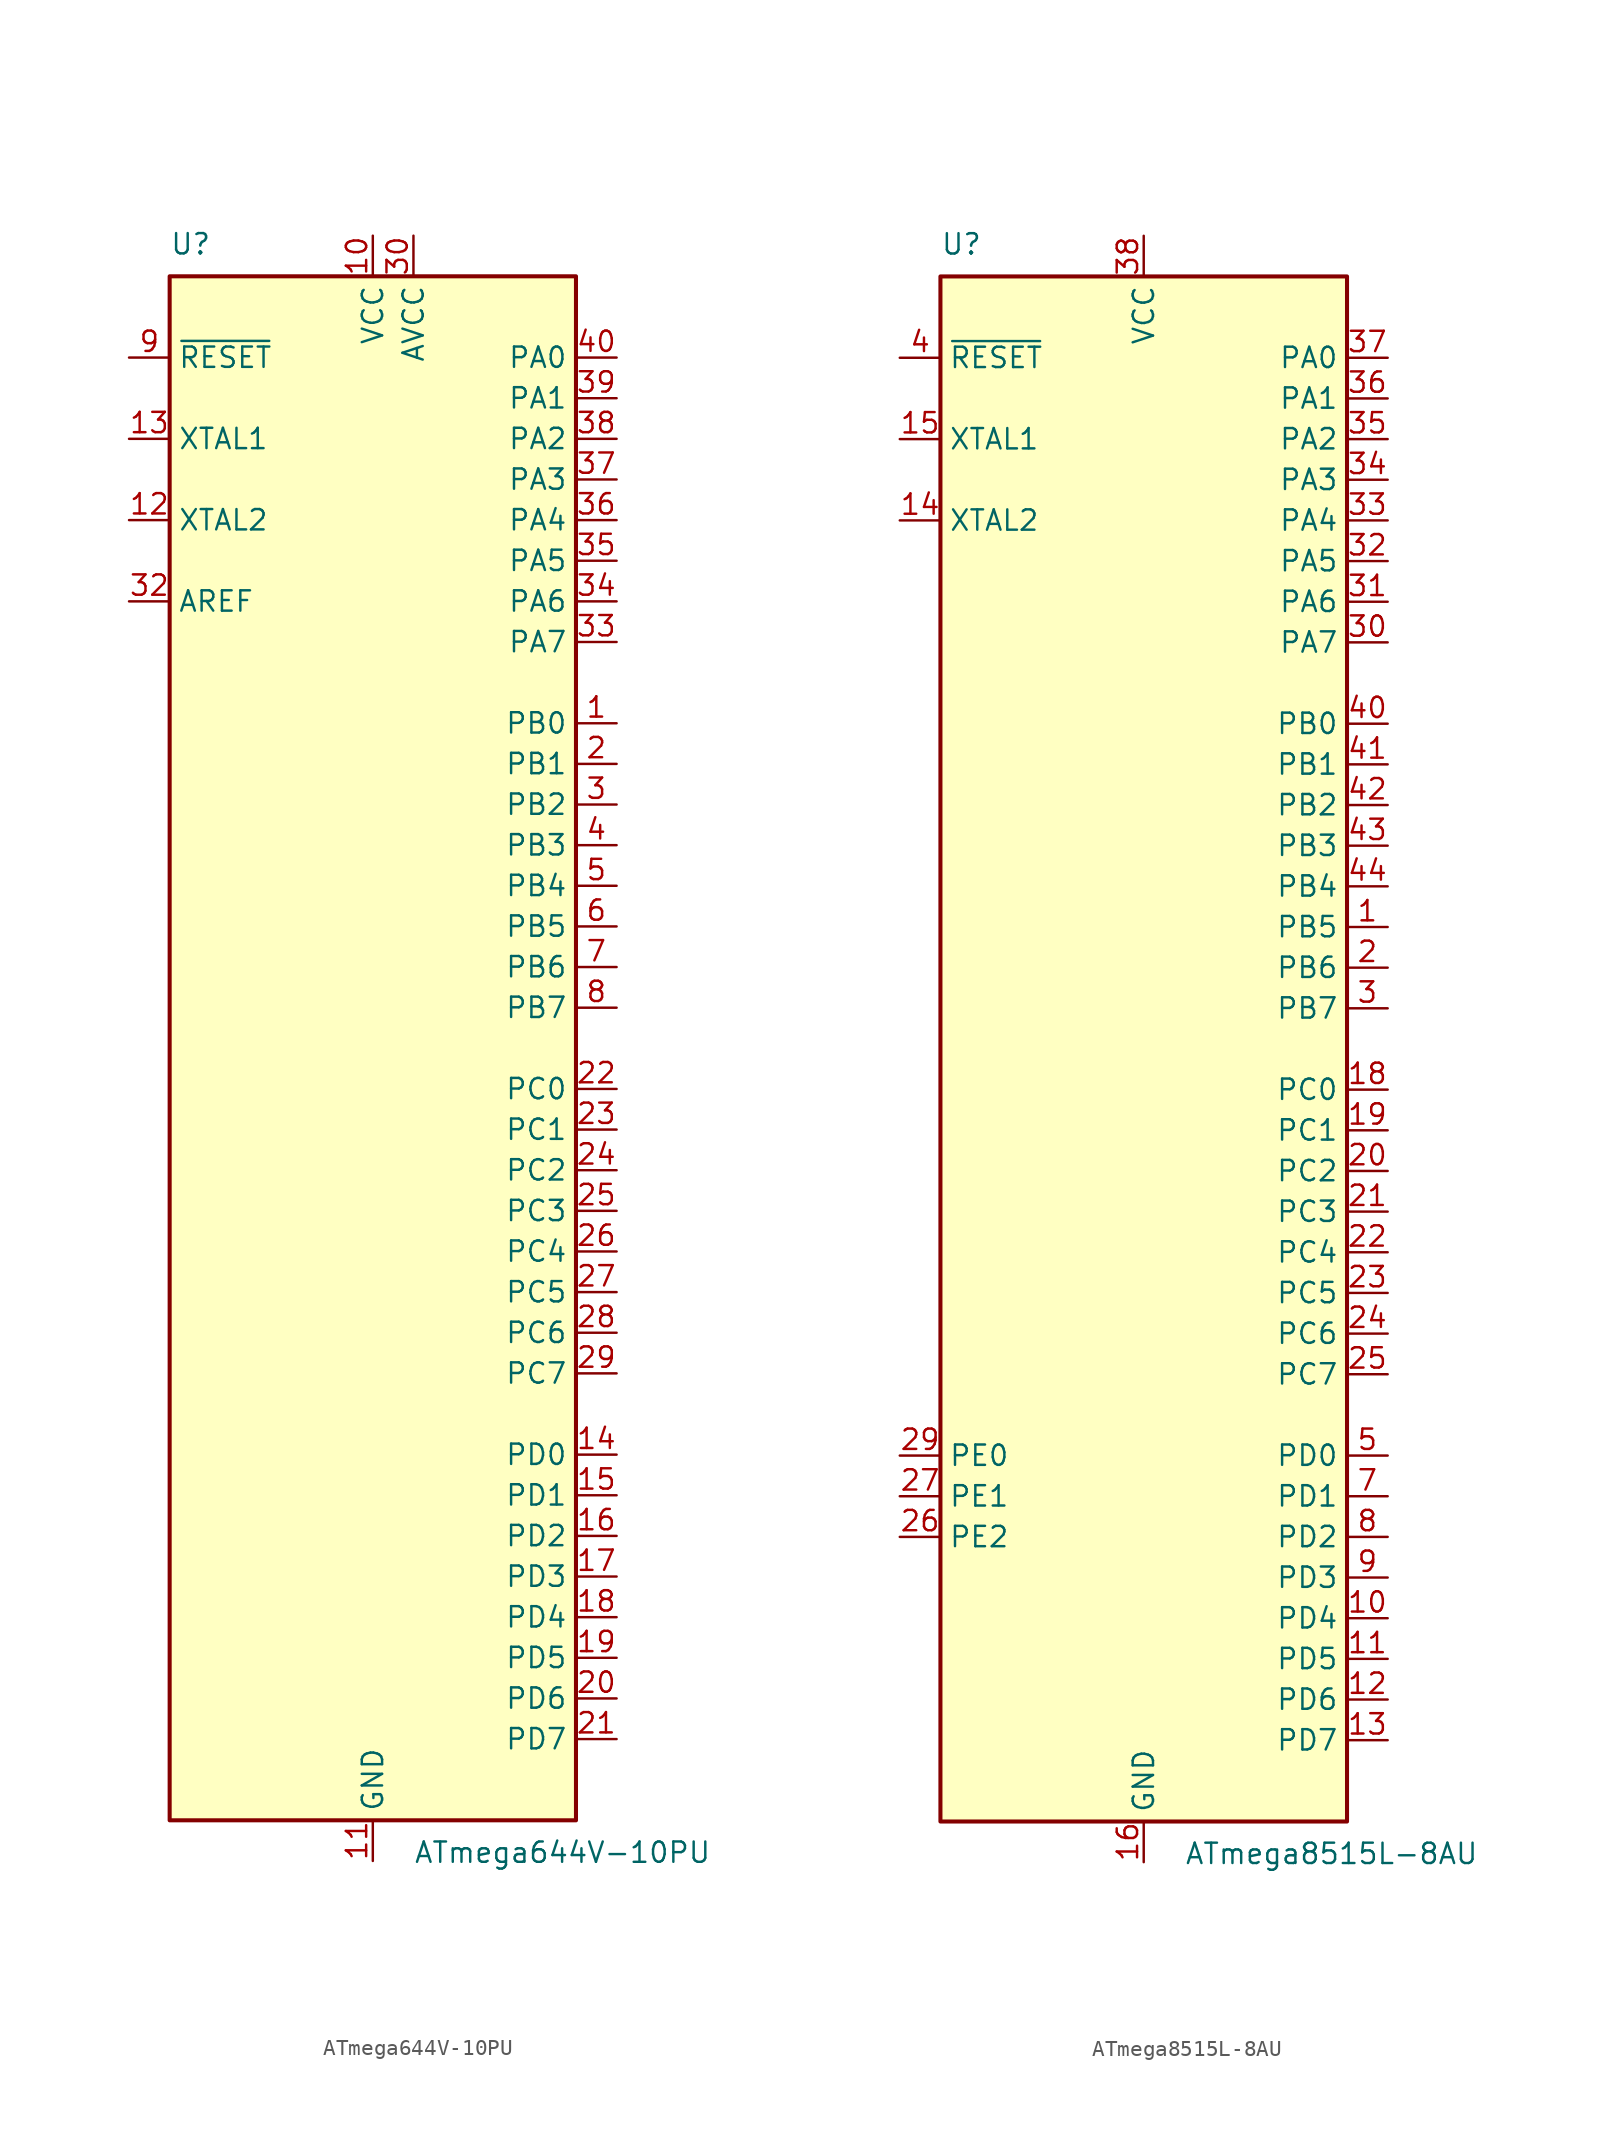
<source format=kicad_sym>
(kicad_symbol_lib
  (version 20211014)
  (generator kicad_symbol_editor)
  (symbol "ATmega644V-10PU"
    (property "Reference" "U"
      (at -12.7 49.53 0)
      (effects (font (size 1.27 1.27)) (justify left bottom)))
    (property "Value" "ATmega644V-10PU"
      (at 2.54 -49.53 0)
      (effects (font (size 1.27 1.27)) (justify left top)))
    (symbol "ATmega644V-10PU_0_1"
      (rectangle (start -12.7 -48.26) (end 12.7 48.26) (stroke (width 0.254) (type default) (color 0 0 0 0)) (fill (type background))))
    (symbol "ATmega644V-10PU_1_1"
      (pin bidirectional line (at 15.24 20.32 180) (length 2.54) (name "PB0" (effects (font (size 1.27 1.27)))) (number "1" (effects (font (size 1.27 1.27)))))
      (pin power_in line (at 0 50.8 270) (length 2.54) (name "VCC" (effects (font (size 1.27 1.27)))) (number "10" (effects (font (size 1.27 1.27)))))
      (pin power_in line (at 0 -50.8 90) (length 2.54) (name "GND" (effects (font (size 1.27 1.27)))) (number "11" (effects (font (size 1.27 1.27)))))
      (pin output line (at -15.24 33.02 0) (length 2.54) (name "XTAL2" (effects (font (size 1.27 1.27)))) (number "12" (effects (font (size 1.27 1.27)))))
      (pin input line (at -15.24 38.1 0) (length 2.54) (name "XTAL1" (effects (font (size 1.27 1.27)))) (number "13" (effects (font (size 1.27 1.27)))))
      (pin bidirectional line (at 15.24 -25.4 180) (length 2.54) (name "PD0" (effects (font (size 1.27 1.27)))) (number "14" (effects (font (size 1.27 1.27)))))
      (pin bidirectional line (at 15.24 -27.94 180) (length 2.54) (name "PD1" (effects (font (size 1.27 1.27)))) (number "15" (effects (font (size 1.27 1.27)))))
      (pin bidirectional line (at 15.24 -30.48 180) (length 2.54) (name "PD2" (effects (font (size 1.27 1.27)))) (number "16" (effects (font (size 1.27 1.27)))))
      (pin bidirectional line (at 15.24 -33.02 180) (length 2.54) (name "PD3" (effects (font (size 1.27 1.27)))) (number "17" (effects (font (size 1.27 1.27)))))
      (pin bidirectional line (at 15.24 -35.56 180) (length 2.54) (name "PD4" (effects (font (size 1.27 1.27)))) (number "18" (effects (font (size 1.27 1.27)))))
      (pin bidirectional line (at 15.24 -38.1 180) (length 2.54) (name "PD5" (effects (font (size 1.27 1.27)))) (number "19" (effects (font (size 1.27 1.27)))))
      (pin bidirectional line (at 15.24 17.78 180) (length 2.54) (name "PB1" (effects (font (size 1.27 1.27)))) (number "2" (effects (font (size 1.27 1.27)))))
      (pin bidirectional line (at 15.24 -40.64 180) (length 2.54) (name "PD6" (effects (font (size 1.27 1.27)))) (number "20" (effects (font (size 1.27 1.27)))))
      (pin bidirectional line (at 15.24 -43.18 180) (length 2.54) (name "PD7" (effects (font (size 1.27 1.27)))) (number "21" (effects (font (size 1.27 1.27)))))
      (pin bidirectional line (at 15.24 -2.54 180) (length 2.54) (name "PC0" (effects (font (size 1.27 1.27)))) (number "22" (effects (font (size 1.27 1.27)))))
      (pin bidirectional line (at 15.24 -5.08 180) (length 2.54) (name "PC1" (effects (font (size 1.27 1.27)))) (number "23" (effects (font (size 1.27 1.27)))))
      (pin bidirectional line (at 15.24 -7.62 180) (length 2.54) (name "PC2" (effects (font (size 1.27 1.27)))) (number "24" (effects (font (size 1.27 1.27)))))
      (pin bidirectional line (at 15.24 -10.16 180) (length 2.54) (name "PC3" (effects (font (size 1.27 1.27)))) (number "25" (effects (font (size 1.27 1.27)))))
      (pin bidirectional line (at 15.24 -12.7 180) (length 2.54) (name "PC4" (effects (font (size 1.27 1.27)))) (number "26" (effects (font (size 1.27 1.27)))))
      (pin bidirectional line (at 15.24 -15.24 180) (length 2.54) (name "PC5" (effects (font (size 1.27 1.27)))) (number "27" (effects (font (size 1.27 1.27)))))
      (pin bidirectional line (at 15.24 -17.78 180) (length 2.54) (name "PC6" (effects (font (size 1.27 1.27)))) (number "28" (effects (font (size 1.27 1.27)))))
      (pin bidirectional line (at 15.24 -20.32 180) (length 2.54) (name "PC7" (effects (font (size 1.27 1.27)))) (number "29" (effects (font (size 1.27 1.27)))))
      (pin bidirectional line (at 15.24 15.24 180) (length 2.54) (name "PB2" (effects (font (size 1.27 1.27)))) (number "3" (effects (font (size 1.27 1.27)))))
      (pin power_in line (at 2.54 50.8 270) (length 2.54) (name "AVCC" (effects (font (size 1.27 1.27)))) (number "30" (effects (font (size 1.27 1.27)))))
      (pin passive line (at 0 -50.8 90) (length 2.54) hide (name "GND" (effects (font (size 1.27 1.27)))) (number "31" (effects (font (size 1.27 1.27)))))
      (pin passive line (at -15.24 27.94 0) (length 2.54) (name "AREF" (effects (font (size 1.27 1.27)))) (number "32" (effects (font (size 1.27 1.27)))))
      (pin bidirectional line (at 15.24 25.4 180) (length 2.54) (name "PA7" (effects (font (size 1.27 1.27)))) (number "33" (effects (font (size 1.27 1.27)))))
      (pin bidirectional line (at 15.24 27.94 180) (length 2.54) (name "PA6" (effects (font (size 1.27 1.27)))) (number "34" (effects (font (size 1.27 1.27)))))
      (pin bidirectional line (at 15.24 30.48 180) (length 2.54) (name "PA5" (effects (font (size 1.27 1.27)))) (number "35" (effects (font (size 1.27 1.27)))))
      (pin bidirectional line (at 15.24 33.02 180) (length 2.54) (name "PA4" (effects (font (size 1.27 1.27)))) (number "36" (effects (font (size 1.27 1.27)))))
      (pin bidirectional line (at 15.24 35.56 180) (length 2.54) (name "PA3" (effects (font (size 1.27 1.27)))) (number "37" (effects (font (size 1.27 1.27)))))
      (pin bidirectional line (at 15.24 38.1 180) (length 2.54) (name "PA2" (effects (font (size 1.27 1.27)))) (number "38" (effects (font (size 1.27 1.27)))))
      (pin bidirectional line (at 15.24 40.64 180) (length 2.54) (name "PA1" (effects (font (size 1.27 1.27)))) (number "39" (effects (font (size 1.27 1.27)))))
      (pin bidirectional line (at 15.24 12.7 180) (length 2.54) (name "PB3" (effects (font (size 1.27 1.27)))) (number "4" (effects (font (size 1.27 1.27)))))
      (pin bidirectional line (at 15.24 43.18 180) (length 2.54) (name "PA0" (effects (font (size 1.27 1.27)))) (number "40" (effects (font (size 1.27 1.27)))))
      (pin bidirectional line (at 15.24 10.16 180) (length 2.54) (name "PB4" (effects (font (size 1.27 1.27)))) (number "5" (effects (font (size 1.27 1.27)))))
      (pin bidirectional line (at 15.24 7.62 180) (length 2.54) (name "PB5" (effects (font (size 1.27 1.27)))) (number "6" (effects (font (size 1.27 1.27)))))
      (pin bidirectional line (at 15.24 5.08 180) (length 2.54) (name "PB6" (effects (font (size 1.27 1.27)))) (number "7" (effects (font (size 1.27 1.27)))))
      (pin bidirectional line (at 15.24 2.54 180) (length 2.54) (name "PB7" (effects (font (size 1.27 1.27)))) (number "8" (effects (font (size 1.27 1.27)))))
      (pin input line (at -15.24 43.18 0) (length 2.54) (name "~{RESET}" (effects (font (size 1.27 1.27)))) (number "9" (effects (font (size 1.27 1.27)))))))
  (symbol "ATmega8515L-8AU"
    (property "Reference" "U"
      (at -12.7 49.53 0)
      (effects (font (size 1.27 1.27)) (justify left bottom)))
    (property "Value" "ATmega8515L-8AU"
      (at 2.54 -49.53 0)
      (effects (font (size 1.27 1.27)) (justify left top)))
    (symbol "ATmega8515L-8AU_0_1"
      (rectangle (start -12.7 -48.26) (end 12.7 48.26) (stroke (width 0.254) (type default) (color 0 0 0 0)) (fill (type background))))
    (symbol "ATmega8515L-8AU_1_1"
      (pin bidirectional line (at 15.24 7.62 180) (length 2.54) (name "PB5" (effects (font (size 1.27 1.27)))) (number "1" (effects (font (size 1.27 1.27)))))
      (pin bidirectional line (at 15.24 -35.56 180) (length 2.54) (name "PD4" (effects (font (size 1.27 1.27)))) (number "10" (effects (font (size 1.27 1.27)))))
      (pin bidirectional line (at 15.24 -38.1 180) (length 2.54) (name "PD5" (effects (font (size 1.27 1.27)))) (number "11" (effects (font (size 1.27 1.27)))))
      (pin bidirectional line (at 15.24 -40.64 180) (length 2.54) (name "PD6" (effects (font (size 1.27 1.27)))) (number "12" (effects (font (size 1.27 1.27)))))
      (pin bidirectional line (at 15.24 -43.18 180) (length 2.54) (name "PD7" (effects (font (size 1.27 1.27)))) (number "13" (effects (font (size 1.27 1.27)))))
      (pin output line (at -15.24 33.02 0) (length 2.54) (name "XTAL2" (effects (font (size 1.27 1.27)))) (number "14" (effects (font (size 1.27 1.27)))))
      (pin input line (at -15.24 38.1 0) (length 2.54) (name "XTAL1" (effects (font (size 1.27 1.27)))) (number "15" (effects (font (size 1.27 1.27)))))
      (pin power_in line (at 0 -50.8 90) (length 2.54) (name "GND" (effects (font (size 1.27 1.27)))) (number "16" (effects (font (size 1.27 1.27)))))
      (pin no_connect line (at -12.7 -40.64 0) (length 2.54) hide (name "NC" (effects (font (size 1.27 1.27)))) (number "17" (effects (font (size 1.27 1.27)))))
      (pin bidirectional line (at 15.24 -2.54 180) (length 2.54) (name "PC0" (effects (font (size 1.27 1.27)))) (number "18" (effects (font (size 1.27 1.27)))))
      (pin bidirectional line (at 15.24 -5.08 180) (length 2.54) (name "PC1" (effects (font (size 1.27 1.27)))) (number "19" (effects (font (size 1.27 1.27)))))
      (pin bidirectional line (at 15.24 5.08 180) (length 2.54) (name "PB6" (effects (font (size 1.27 1.27)))) (number "2" (effects (font (size 1.27 1.27)))))
      (pin bidirectional line (at 15.24 -7.62 180) (length 2.54) (name "PC2" (effects (font (size 1.27 1.27)))) (number "20" (effects (font (size 1.27 1.27)))))
      (pin bidirectional line (at 15.24 -10.16 180) (length 2.54) (name "PC3" (effects (font (size 1.27 1.27)))) (number "21" (effects (font (size 1.27 1.27)))))
      (pin bidirectional line (at 15.24 -12.7 180) (length 2.54) (name "PC4" (effects (font (size 1.27 1.27)))) (number "22" (effects (font (size 1.27 1.27)))))
      (pin bidirectional line (at 15.24 -15.24 180) (length 2.54) (name "PC5" (effects (font (size 1.27 1.27)))) (number "23" (effects (font (size 1.27 1.27)))))
      (pin bidirectional line (at 15.24 -17.78 180) (length 2.54) (name "PC6" (effects (font (size 1.27 1.27)))) (number "24" (effects (font (size 1.27 1.27)))))
      (pin bidirectional line (at 15.24 -20.32 180) (length 2.54) (name "PC7" (effects (font (size 1.27 1.27)))) (number "25" (effects (font (size 1.27 1.27)))))
      (pin bidirectional line (at -15.24 -30.48 0) (length 2.54) (name "PE2" (effects (font (size 1.27 1.27)))) (number "26" (effects (font (size 1.27 1.27)))))
      (pin bidirectional line (at -15.24 -27.94 0) (length 2.54) (name "PE1" (effects (font (size 1.27 1.27)))) (number "27" (effects (font (size 1.27 1.27)))))
      (pin no_connect line (at -12.7 -43.18 0) (length 2.54) hide (name "NC" (effects (font (size 1.27 1.27)))) (number "28" (effects (font (size 1.27 1.27)))))
      (pin bidirectional line (at -15.24 -25.4 0) (length 2.54) (name "PE0" (effects (font (size 1.27 1.27)))) (number "29" (effects (font (size 1.27 1.27)))))
      (pin bidirectional line (at 15.24 2.54 180) (length 2.54) (name "PB7" (effects (font (size 1.27 1.27)))) (number "3" (effects (font (size 1.27 1.27)))))
      (pin bidirectional line (at 15.24 25.4 180) (length 2.54) (name "PA7" (effects (font (size 1.27 1.27)))) (number "30" (effects (font (size 1.27 1.27)))))
      (pin bidirectional line (at 15.24 27.94 180) (length 2.54) (name "PA6" (effects (font (size 1.27 1.27)))) (number "31" (effects (font (size 1.27 1.27)))))
      (pin bidirectional line (at 15.24 30.48 180) (length 2.54) (name "PA5" (effects (font (size 1.27 1.27)))) (number "32" (effects (font (size 1.27 1.27)))))
      (pin bidirectional line (at 15.24 33.02 180) (length 2.54) (name "PA4" (effects (font (size 1.27 1.27)))) (number "33" (effects (font (size 1.27 1.27)))))
      (pin bidirectional line (at 15.24 35.56 180) (length 2.54) (name "PA3" (effects (font (size 1.27 1.27)))) (number "34" (effects (font (size 1.27 1.27)))))
      (pin bidirectional line (at 15.24 38.1 180) (length 2.54) (name "PA2" (effects (font (size 1.27 1.27)))) (number "35" (effects (font (size 1.27 1.27)))))
      (pin bidirectional line (at 15.24 40.64 180) (length 2.54) (name "PA1" (effects (font (size 1.27 1.27)))) (number "36" (effects (font (size 1.27 1.27)))))
      (pin bidirectional line (at 15.24 43.18 180) (length 2.54) (name "PA0" (effects (font (size 1.27 1.27)))) (number "37" (effects (font (size 1.27 1.27)))))
      (pin power_in line (at 0 50.8 270) (length 2.54) (name "VCC" (effects (font (size 1.27 1.27)))) (number "38" (effects (font (size 1.27 1.27)))))
      (pin no_connect line (at -12.7 -45.72 0) (length 2.54) hide (name "NC" (effects (font (size 1.27 1.27)))) (number "39" (effects (font (size 1.27 1.27)))))
      (pin input line (at -15.24 43.18 0) (length 2.54) (name "~{RESET}" (effects (font (size 1.27 1.27)))) (number "4" (effects (font (size 1.27 1.27)))))
      (pin bidirectional line (at 15.24 20.32 180) (length 2.54) (name "PB0" (effects (font (size 1.27 1.27)))) (number "40" (effects (font (size 1.27 1.27)))))
      (pin bidirectional line (at 15.24 17.78 180) (length 2.54) (name "PB1" (effects (font (size 1.27 1.27)))) (number "41" (effects (font (size 1.27 1.27)))))
      (pin bidirectional line (at 15.24 15.24 180) (length 2.54) (name "PB2" (effects (font (size 1.27 1.27)))) (number "42" (effects (font (size 1.27 1.27)))))
      (pin bidirectional line (at 15.24 12.7 180) (length 2.54) (name "PB3" (effects (font (size 1.27 1.27)))) (number "43" (effects (font (size 1.27 1.27)))))
      (pin bidirectional line (at 15.24 10.16 180) (length 2.54) (name "PB4" (effects (font (size 1.27 1.27)))) (number "44" (effects (font (size 1.27 1.27)))))
      (pin bidirectional line (at 15.24 -25.4 180) (length 2.54) (name "PD0" (effects (font (size 1.27 1.27)))) (number "5" (effects (font (size 1.27 1.27)))))
      (pin no_connect line (at -12.7 -38.1 0) (length 2.54) hide (name "NC" (effects (font (size 1.27 1.27)))) (number "6" (effects (font (size 1.27 1.27)))))
      (pin bidirectional line (at 15.24 -27.94 180) (length 2.54) (name "PD1" (effects (font (size 1.27 1.27)))) (number "7" (effects (font (size 1.27 1.27)))))
      (pin bidirectional line (at 15.24 -30.48 180) (length 2.54) (name "PD2" (effects (font (size 1.27 1.27)))) (number "8" (effects (font (size 1.27 1.27)))))
      (pin bidirectional line (at 15.24 -33.02 180) (length 2.54) (name "PD3" (effects (font (size 1.27 1.27)))) (number "9" (effects (font (size 1.27 1.27))))))))
</source>
